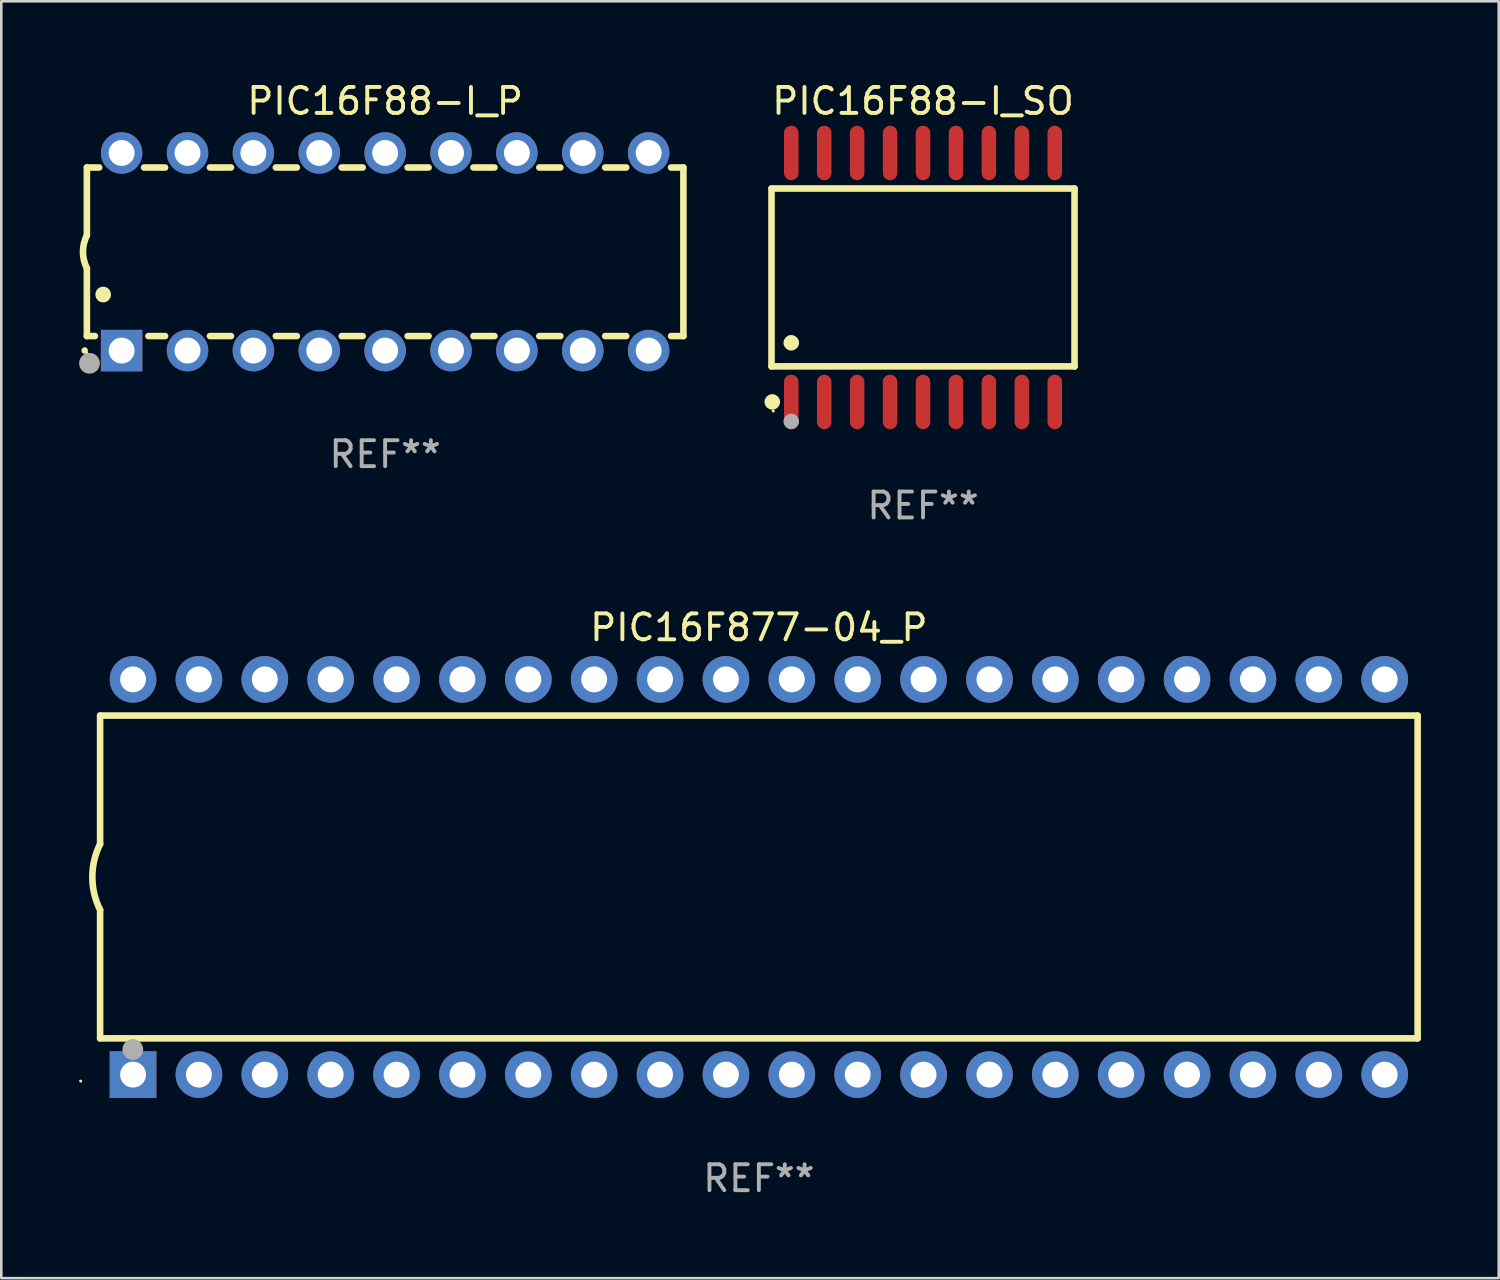
<source format=kicad_pcb>
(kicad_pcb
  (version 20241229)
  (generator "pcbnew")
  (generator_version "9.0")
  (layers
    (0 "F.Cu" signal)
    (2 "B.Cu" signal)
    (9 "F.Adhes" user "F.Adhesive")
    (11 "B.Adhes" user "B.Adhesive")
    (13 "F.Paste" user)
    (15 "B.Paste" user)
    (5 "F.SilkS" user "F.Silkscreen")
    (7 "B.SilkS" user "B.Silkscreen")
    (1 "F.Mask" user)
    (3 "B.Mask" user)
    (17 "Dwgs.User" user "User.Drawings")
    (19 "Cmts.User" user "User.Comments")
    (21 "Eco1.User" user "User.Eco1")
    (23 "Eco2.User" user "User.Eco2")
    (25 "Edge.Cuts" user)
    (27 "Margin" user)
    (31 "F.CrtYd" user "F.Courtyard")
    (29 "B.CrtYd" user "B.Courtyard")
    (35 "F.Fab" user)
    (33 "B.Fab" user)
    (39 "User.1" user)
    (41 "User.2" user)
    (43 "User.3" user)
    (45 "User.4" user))
  (footprint "PIC16F88-I_SO"
    (layer "F.Cu")
    (at 32.539 7.648)
    (property "Reference" "PIC16F88-I_SO" (at 0 -6.8 0) (layer "F.SilkS") (effects (font (size 1 1) (thickness 0.15))))
    (attr through_hole)
    (fp_line (start -5.842 -3.429) (end -5.842 3.429) (stroke (width 0.254) (type solid)) (layer "F.SilkS"))
    (fp_line (start -5.842 3.429) (end 5.842 3.429) (stroke (width 0.254) (type solid)) (layer "F.SilkS"))
    (fp_line (start 5.842 -3.429) (end -5.842 -3.429) (stroke (width 0.254) (type solid)) (layer "F.SilkS"))
    (fp_line (start 5.842 3.429) (end 5.842 -3.429) (stroke (width 0.254) (type solid)) (layer "F.SilkS"))
    (fp_circle (center -5.812 4.8) (end -5.662 4.8) (stroke (width 0.3) (type solid)) (fill no) (layer "F.SilkS"))
    (fp_circle (center -5.775 5.15) (end -5.745 5.15) (stroke (width 0.06) (type solid)) (fill no) (layer "F.SilkS"))
    (fp_circle (center -5.08 2.519) (end -4.93 2.519) (stroke (width 0.3) (type solid)) (fill no) (layer "F.SilkS"))
    (fp_circle (center -5.08 5.55) (end -4.93 5.55) (stroke (width 0.3) (type solid)) (fill no) (layer "F.Fab"))
    (fp_text user "REF**" (at 0 8.8 0) (layer "F.Fab") (effects (font (size 1 1) (thickness 0.15))))
    (pad "1" smd oval (at -5.08 4.8) (size 0.56 2.1) (layers "F.Cu" "F.Mask" "F.Paste"))
    (pad "2" smd oval (at -3.81 4.8) (size 0.56 2.1) (layers "F.Cu" "F.Mask" "F.Paste"))
    (pad "3" smd oval (at -2.54 4.8) (size 0.56 2.1) (layers "F.Cu" "F.Mask" "F.Paste"))
    (pad "4" smd oval (at -1.27 4.8) (size 0.56 2.1) (layers "F.Cu" "F.Mask" "F.Paste"))
    (pad "5" smd oval (at 0 4.8) (size 0.56 2.1) (layers "F.Cu" "F.Mask" "F.Paste"))
    (pad "6" smd oval (at 1.27 4.8) (size 0.56 2.1) (layers "F.Cu" "F.Mask" "F.Paste"))
    (pad "7" smd oval (at 2.54 4.8) (size 0.56 2.1) (layers "F.Cu" "F.Mask" "F.Paste"))
    (pad "8" smd oval (at 3.81 4.8) (size 0.56 2.1) (layers "F.Cu" "F.Mask" "F.Paste"))
    (pad "9" smd oval (at 5.08 4.8) (size 0.56 2.1) (layers "F.Cu" "F.Mask" "F.Paste"))
    (pad "10" smd oval (at 5.08 -4.8) (size 0.56 2.1) (layers "F.Cu" "F.Mask" "F.Paste"))
    (pad "11" smd oval (at 3.81 -4.8) (size 0.56 2.1) (layers "F.Cu" "F.Mask" "F.Paste"))
    (pad "12" smd oval (at 2.54 -4.8) (size 0.56 2.1) (layers "F.Cu" "F.Mask" "F.Paste"))
    (pad "13" smd oval (at 1.27 -4.8) (size 0.56 2.1) (layers "F.Cu" "F.Mask" "F.Paste"))
    (pad "14" smd oval (at 0 -4.8) (size 0.56 2.1) (layers "F.Cu" "F.Mask" "F.Paste"))
    (pad "15" smd oval (at -1.27 -4.8) (size 0.56 2.1) (layers "F.Cu" "F.Mask" "F.Paste"))
    (pad "16" smd oval (at -2.54 -4.8) (size 0.56 2.1) (layers "F.Cu" "F.Mask" "F.Paste"))
    (pad "17" smd oval (at -3.81 -4.8) (size 0.56 2.1) (layers "F.Cu" "F.Mask" "F.Paste"))
    (pad "18" smd oval (at -5.08 -4.8) (size 0.56 2.1) (layers "F.Cu" "F.Mask" "F.Paste")))
  (footprint "PIC16F877-04_P"
    (layer "F.Cu")
    (at 26.21 30.765)
    (property "Reference" "PIC16F877-04_P" (at 0 -9.62 0) (layer "F.SilkS") (effects (font (size 1 1) (thickness 0.15))))
    (attr through_hole)
    (fp_line (start -25.4 -6.224) (end -25.4 -1.271) (stroke (width 0.254) (type solid)) (layer "F.SilkS"))
    (fp_line (start -25.4 -6.224) (end 25.4 -6.224) (stroke (width 0.254) (type solid)) (layer "F.SilkS"))
    (fp_line (start -25.4 1.269) (end -25.4 6.222) (stroke (width 0.254) (type solid)) (layer "F.SilkS"))
    (fp_line (start -25.4 6.222) (end 25.4 6.222) (stroke (width 0.254) (type solid)) (layer "F.SilkS"))
    (fp_line (start 25.4 6.222) (end 25.4 -6.224) (stroke (width 0.254) (type solid)) (layer "F.SilkS"))
    (fp_arc (start -25.4 1.269241) (mid -25.699807 -0.000762) (end -25.4 -1.270765) (stroke (width 0.254001) (type solid)) (layer "F.SilkS"))
    (fp_circle (center -26.15 7.87) (end -26.12 7.87) (stroke (width 0.06) (type solid)) (fill no) (layer "F.SilkS"))
    (fp_circle (center -24.14 6.65) (end -23.94 6.65) (stroke (width 0.4) (type solid)) (fill no) (layer "F.Fab"))
    (fp_text user "REF**" (at 0 11.62 0) (layer "F.Fab") (effects (font (size 1 1) (thickness 0.15))))
    (pad "1" thru_hole rect (at -24.13 7.62 90) (size 1.8 1.8) (drill 1) (layers "*.Cu" "*.Mask"))
    (pad "2" thru_hole circle (at -21.59 7.62) (size 1.8 1.8) (drill 1) (layers "*.Cu" "*.Mask"))
    (pad "3" thru_hole circle (at -19.05 7.62) (size 1.8 1.8) (drill 1) (layers "*.Cu" "*.Mask"))
    (pad "4" thru_hole circle (at -16.51 7.62) (size 1.8 1.8) (drill 1) (layers "*.Cu" "*.Mask"))
    (pad "5" thru_hole circle (at -13.97 7.62) (size 1.8 1.8) (drill 1) (layers "*.Cu" "*.Mask"))
    (pad "6" thru_hole circle (at -11.43 7.62) (size 1.8 1.8) (drill 1) (layers "*.Cu" "*.Mask"))
    (pad "7" thru_hole circle (at -8.89 7.62) (size 1.8 1.8) (drill 1) (layers "*.Cu" "*.Mask"))
    (pad "8" thru_hole circle (at -6.35 7.62) (size 1.8 1.8) (drill 1) (layers "*.Cu" "*.Mask"))
    (pad "9" thru_hole circle (at -3.81 7.62) (size 1.8 1.8) (drill 1) (layers "*.Cu" "*.Mask"))
    (pad "10" thru_hole circle (at -1.27 7.62) (size 1.8 1.8) (drill 1) (layers "*.Cu" "*.Mask"))
    (pad "11" thru_hole circle (at 1.27 7.62) (size 1.8 1.8) (drill 1) (layers "*.Cu" "*.Mask"))
    (pad "12" thru_hole circle (at 3.81 7.62) (size 1.8 1.8) (drill 1) (layers "*.Cu" "*.Mask"))
    (pad "13" thru_hole circle (at 6.35 7.62) (size 1.8 1.8) (drill 1) (layers "*.Cu" "*.Mask"))
    (pad "14" thru_hole circle (at 8.89 7.62) (size 1.8 1.8) (drill 1) (layers "*.Cu" "*.Mask"))
    (pad "15" thru_hole circle (at 11.43 7.62) (size 1.8 1.8) (drill 1) (layers "*.Cu" "*.Mask"))
    (pad "16" thru_hole circle (at 13.97 7.62) (size 1.8 1.8) (drill 1) (layers "*.Cu" "*.Mask"))
    (pad "17" thru_hole circle (at 16.51 7.62) (size 1.8 1.8) (drill 1) (layers "*.Cu" "*.Mask"))
    (pad "18" thru_hole circle (at 19.05 7.62) (size 1.8 1.8) (drill 1) (layers "*.Cu" "*.Mask"))
    (pad "19" thru_hole circle (at 21.59 7.62) (size 1.8 1.8) (drill 1) (layers "*.Cu" "*.Mask"))
    (pad "20" thru_hole circle (at 24.13 7.62) (size 1.8 1.8) (drill 1) (layers "*.Cu" "*.Mask"))
    (pad "21" thru_hole circle (at 24.13 -7.62) (size 1.8 1.8) (drill 1) (layers "*.Cu" "*.Mask"))
    (pad "22" thru_hole circle (at 21.59 -7.62) (size 1.8 1.8) (drill 1) (layers "*.Cu" "*.Mask"))
    (pad "23" thru_hole circle (at 19.05 -7.62) (size 1.8 1.8) (drill 1) (layers "*.Cu" "*.Mask"))
    (pad "24" thru_hole circle (at 16.51 -7.62) (size 1.8 1.8) (drill 1) (layers "*.Cu" "*.Mask"))
    (pad "25" thru_hole circle (at 13.97 -7.62) (size 1.8 1.8) (drill 1) (layers "*.Cu" "*.Mask"))
    (pad "26" thru_hole circle (at 11.43 -7.62) (size 1.8 1.8) (drill 1) (layers "*.Cu" "*.Mask"))
    (pad "27" thru_hole circle (at 8.89 -7.62) (size 1.8 1.8) (drill 1) (layers "*.Cu" "*.Mask"))
    (pad "28" thru_hole circle (at 6.35 -7.62) (size 1.8 1.8) (drill 1) (layers "*.Cu" "*.Mask"))
    (pad "29" thru_hole circle (at 3.81 -7.62) (size 1.8 1.8) (drill 1) (layers "*.Cu" "*.Mask"))
    (pad "30" thru_hole circle (at 1.27 -7.62) (size 1.8 1.8) (drill 1) (layers "*.Cu" "*.Mask"))
    (pad "31" thru_hole circle (at -1.27 -7.62) (size 1.8 1.8) (drill 1) (layers "*.Cu" "*.Mask"))
    (pad "32" thru_hole circle (at -3.81 -7.62) (size 1.8 1.8) (drill 1) (layers "*.Cu" "*.Mask"))
    (pad "33" thru_hole circle (at -6.35 -7.62) (size 1.8 1.8) (drill 1) (layers "*.Cu" "*.Mask"))
    (pad "34" thru_hole circle (at -8.89 -7.62) (size 1.8 1.8) (drill 1) (layers "*.Cu" "*.Mask"))
    (pad "35" thru_hole circle (at -11.43 -7.62) (size 1.8 1.8) (drill 1) (layers "*.Cu" "*.Mask"))
    (pad "36" thru_hole circle (at -13.97 -7.62) (size 1.8 1.8) (drill 1) (layers "*.Cu" "*.Mask"))
    (pad "37" thru_hole circle (at -16.51 -7.62) (size 1.8 1.8) (drill 1) (layers "*.Cu" "*.Mask"))
    (pad "38" thru_hole circle (at -19.05 -7.62) (size 1.8 1.8) (drill 1) (layers "*.Cu" "*.Mask"))
    (pad "39" thru_hole circle (at -21.59 -7.62) (size 1.8 1.8) (drill 1) (layers "*.Cu" "*.Mask"))
    (pad "40" thru_hole circle (at -24.13 -7.62) (size 1.8 1.8) (drill 1) (layers "*.Cu" "*.Mask")))
  (footprint "PIC16F88-I_P"
    (layer "F.Cu")
    (at 11.8 6.658)
    (property "Reference" "PIC16F88-I_P" (at 0 -5.81 0) (layer "F.SilkS") (effects (font (size 1 1) (thickness 0.15))))
    (attr through_hole)
    (fp_line (start -11.5 -3.25) (end -11.5 -0.635) (stroke (width 0.254) (type solid)) (layer "F.SilkS"))
    (fp_line (start -11.5 3.25) (end -11.5 0.635) (stroke (width 0.254) (type solid)) (layer "F.SilkS"))
    (fp_line (start -11.5 3.25) (end -11.191 3.25) (stroke (width 0.254) (type solid)) (layer "F.SilkS"))
    (fp_line (start -11.025 -3.25) (end -11.5 -3.25) (stroke (width 0.254) (type solid)) (layer "F.SilkS"))
    (fp_line (start -9.129 3.25) (end -8.485 3.25) (stroke (width 0.254) (type solid)) (layer "F.SilkS"))
    (fp_line (start -8.485 -3.25) (end -9.295 -3.25) (stroke (width 0.254) (type solid)) (layer "F.SilkS"))
    (fp_line (start -6.755 3.25) (end -5.945 3.25) (stroke (width 0.254) (type solid)) (layer "F.SilkS"))
    (fp_line (start -5.945 -3.25) (end -6.755 -3.25) (stroke (width 0.254) (type solid)) (layer "F.SilkS"))
    (fp_line (start -4.215 3.25) (end -3.405 3.25) (stroke (width 0.254) (type solid)) (layer "F.SilkS"))
    (fp_line (start -3.405 -3.25) (end -4.215 -3.25) (stroke (width 0.254) (type solid)) (layer "F.SilkS"))
    (fp_line (start -1.675 3.25) (end -0.865 3.25) (stroke (width 0.254) (type solid)) (layer "F.SilkS"))
    (fp_line (start -0.865 -3.25) (end -1.675 -3.25) (stroke (width 0.254) (type solid)) (layer "F.SilkS"))
    (fp_line (start 0.865 3.25) (end 1.675 3.25) (stroke (width 0.254) (type solid)) (layer "F.SilkS"))
    (fp_line (start 1.675 -3.25) (end 0.865 -3.25) (stroke (width 0.254) (type solid)) (layer "F.SilkS"))
    (fp_line (start 3.405 3.25) (end 4.215 3.25) (stroke (width 0.254) (type solid)) (layer "F.SilkS"))
    (fp_line (start 4.215 -3.25) (end 3.405 -3.25) (stroke (width 0.254) (type solid)) (layer "F.SilkS"))
    (fp_line (start 5.945 3.25) (end 6.755 3.25) (stroke (width 0.254) (type solid)) (layer "F.SilkS"))
    (fp_line (start 6.755 -3.25) (end 5.945 -3.25) (stroke (width 0.254) (type solid)) (layer "F.SilkS"))
    (fp_line (start 8.485 3.25) (end 9.295 3.25) (stroke (width 0.254) (type solid)) (layer "F.SilkS"))
    (fp_line (start 9.295 -3.25) (end 8.485 -3.25) (stroke (width 0.254) (type solid)) (layer "F.SilkS"))
    (fp_line (start 11.025 3.25) (end 11.5 3.25) (stroke (width 0.254) (type solid)) (layer "F.SilkS"))
    (fp_line (start 11.5 -3.25) (end 11.025 -3.25) (stroke (width 0.254) (type solid)) (layer "F.SilkS"))
    (fp_line (start 11.5 -3.25) (end 11.5 3.25) (stroke (width 0.254) (type solid)) (layer "F.SilkS"))
    (fp_arc (start -11.584963 3.810008) (mid -11.58497 3.808738) (end -11.584963 3.807468) (stroke (width 0.25) (type solid)) (layer "F.SilkS"))
    (fp_arc (start -11.501143 0.635001) (mid -11.650665 -0.000132) (end -11.500025 -0.635001) (stroke (width 0.254001) (type solid)) (layer "F.SilkS"))
    (fp_arc (start -10.871222 1.651003) (mid -10.871233 1.648463) (end -10.871222 1.645923) (stroke (width 0.6) (type solid)) (layer "F.SilkS"))
    (fp_circle (center -11.5 3.91) (end -11.47 3.91) (stroke (width 0.06) (type solid)) (fill no) (layer "F.SilkS"))
    (fp_circle (center -11.4 4.3) (end -11.2 4.3) (stroke (width 0.4) (type solid)) (fill no) (layer "F.Fab"))
    (fp_text user "REF**" (at 0 7.81 0) (layer "F.Fab") (effects (font (size 1 1) (thickness 0.15))))
    (pad "1" thru_hole rect (at -10.16 3.81 90) (size 1.6 1.6) (drill 1) (layers "*.Cu" "*.Mask"))
    (pad "2" thru_hole circle (at -7.62 3.81 90) (size 1.6 1.6) (drill 1) (layers "*.Cu" "*.Mask"))
    (pad "3" thru_hole circle (at -5.08 3.81 90) (size 1.6 1.6) (drill 1) (layers "*.Cu" "*.Mask"))
    (pad "4" thru_hole circle (at -2.54 3.81 90) (size 1.6 1.6) (drill 1) (layers "*.Cu" "*.Mask"))
    (pad "5" thru_hole circle (at 0 3.81 90) (size 1.6 1.6) (drill 1) (layers "*.Cu" "*.Mask"))
    (pad "6" thru_hole circle (at 2.54 3.81 90) (size 1.6 1.6) (drill 1) (layers "*.Cu" "*.Mask"))
    (pad "7" thru_hole circle (at 5.08 3.81 90) (size 1.6 1.6) (drill 1) (layers "*.Cu" "*.Mask"))
    (pad "8" thru_hole circle (at 7.62 3.81 90) (size 1.6 1.6) (drill 1) (layers "*.Cu" "*.Mask"))
    (pad "9" thru_hole circle (at 10.16 3.81 90) (size 1.6 1.6) (drill 1) (layers "*.Cu" "*.Mask"))
    (pad "10" thru_hole circle (at 10.16 -3.81 90) (size 1.6 1.6) (drill 1) (layers "*.Cu" "*.Mask"))
    (pad "11" thru_hole circle (at 7.62 -3.81 90) (size 1.6 1.6) (drill 1) (layers "*.Cu" "*.Mask"))
    (pad "12" thru_hole circle (at 5.08 -3.81 90) (size 1.6 1.6) (drill 1) (layers "*.Cu" "*.Mask"))
    (pad "13" thru_hole circle (at 2.54 -3.81 90) (size 1.6 1.6) (drill 1) (layers "*.Cu" "*.Mask"))
    (pad "14" thru_hole circle (at 0 -3.81 90) (size 1.6 1.6) (drill 1) (layers "*.Cu" "*.Mask"))
    (pad "15" thru_hole circle (at -2.54 -3.81 90) (size 1.6 1.6) (drill 1) (layers "*.Cu" "*.Mask"))
    (pad "16" thru_hole circle (at -5.08 -3.81 90) (size 1.6 1.6) (drill 1) (layers "*.Cu" "*.Mask"))
    (pad "17" thru_hole circle (at -7.62 -3.81 90) (size 1.6 1.6) (drill 1) (layers "*.Cu" "*.Mask"))
    (pad "18" thru_hole circle (at -10.16 -3.81 90) (size 1.6 1.6) (drill 1) (layers "*.Cu" "*.Mask")))
  (gr_rect
    (start -3 -3)
    (end 54.737 46.233)
    (stroke (width 0.1) (type default))
    (fill no)
    (layer "Edge.Cuts")))
</source>
